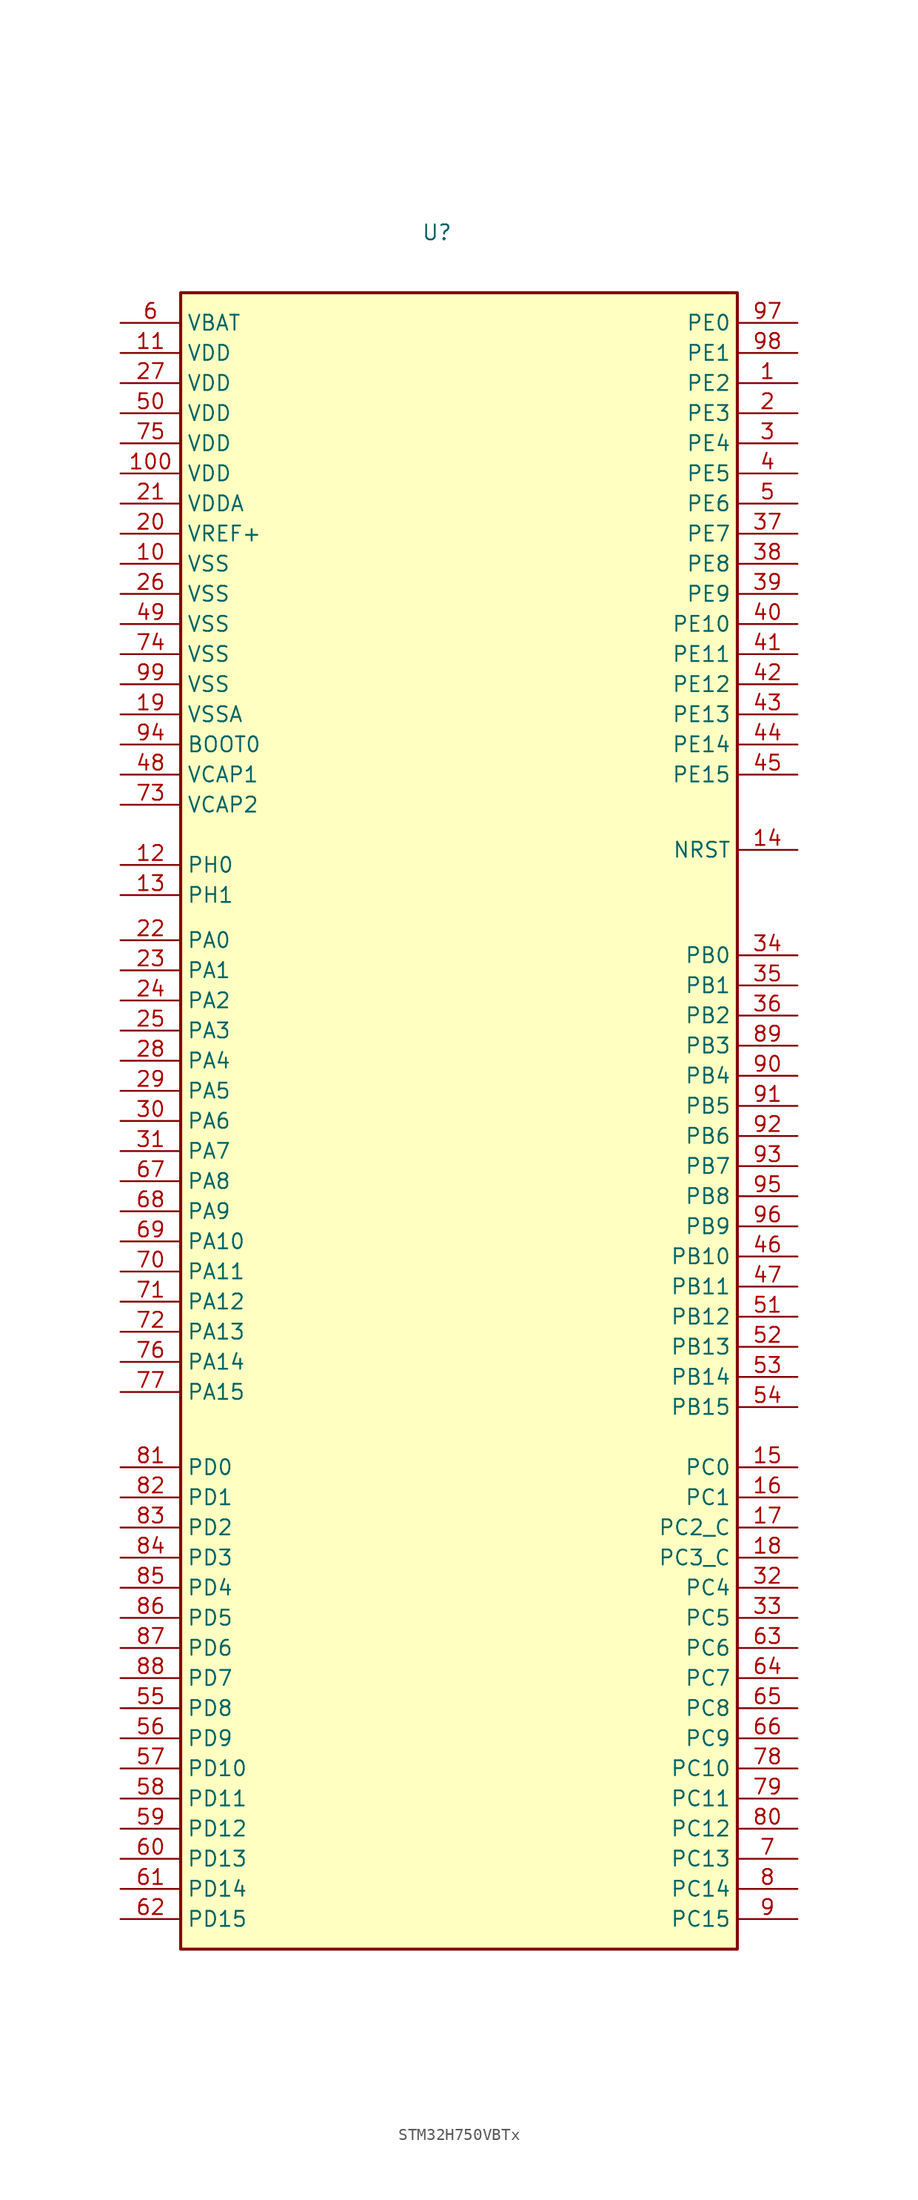
<source format=kicad_sym>
(kicad_symbol_lib
  (version 20220914)
  (generator kicad_symbol_editor)
  (symbol "STM32H750VBTx"
    (property "Reference" "U"
      (at -3.81 78.74 0)
      (effects (font (size 1.27 1.27)) (justify left)))
    (symbol "STM32H750VBTx_0_1"
      (rectangle (start -24.13 -66.04) (end 22.86 73.66) (stroke (width 0.254) (type default)) (fill (type background))))
    (symbol "STM32H750VBTx_1_1"
      (pin bidirectional line (at 27.94 66.04 180) (length 5.08) (name "PE2" (effects (font (size 1.27 1.27)))) (number "1" (effects (font (size 1.27 1.27)))))
      (pin power_in line (at -29.21 50.8 0) (length 5.08) (name "VSS" (effects (font (size 1.27 1.27)))) (number "10" (effects (font (size 1.27 1.27)))))
      (pin power_in line (at -29.21 58.42 0) (length 5.08) (name "VDD" (effects (font (size 1.27 1.27)))) (number "100" (effects (font (size 1.27 1.27)))))
      (pin power_in line (at -29.21 68.58 0) (length 5.08) (name "VDD" (effects (font (size 1.27 1.27)))) (number "11" (effects (font (size 1.27 1.27)))))
      (pin input line (at -29.21 25.4 0) (length 5.08) (name "PH0" (effects (font (size 1.27 1.27)))) (number "12" (effects (font (size 1.27 1.27)))))
      (pin input line (at -29.21 22.86 0) (length 5.08) (name "PH1" (effects (font (size 1.27 1.27)))) (number "13" (effects (font (size 1.27 1.27)))))
      (pin input line (at 27.94 26.67 180) (length 5.08) (name "NRST" (effects (font (size 1.27 1.27)))) (number "14" (effects (font (size 1.27 1.27)))))
      (pin bidirectional line (at 27.94 -25.4 180) (length 5.08) (name "PC0" (effects (font (size 1.27 1.27)))) (number "15" (effects (font (size 1.27 1.27)))))
      (pin bidirectional line (at 27.94 -27.94 180) (length 5.08) (name "PC1" (effects (font (size 1.27 1.27)))) (number "16" (effects (font (size 1.27 1.27)))))
      (pin bidirectional line (at 27.94 -30.48 180) (length 5.08) (name "PC2_C" (effects (font (size 1.27 1.27)))) (number "17" (effects (font (size 1.27 1.27)))))
      (pin bidirectional line (at 27.94 -33.02 180) (length 5.08) (name "PC3_C" (effects (font (size 1.27 1.27)))) (number "18" (effects (font (size 1.27 1.27)))))
      (pin power_in line (at -29.21 38.1 0) (length 5.08) (name "VSSA" (effects (font (size 1.27 1.27)))) (number "19" (effects (font (size 1.27 1.27)))))
      (pin bidirectional line (at 27.94 63.5 180) (length 5.08) (name "PE3" (effects (font (size 1.27 1.27)))) (number "2" (effects (font (size 1.27 1.27)))))
      (pin power_in line (at -29.21 53.34 0) (length 5.08) (name "VREF+" (effects (font (size 1.27 1.27)))) (number "20" (effects (font (size 1.27 1.27)))))
      (pin power_in line (at -29.21 55.88 0) (length 5.08) (name "VDDA" (effects (font (size 1.27 1.27)))) (number "21" (effects (font (size 1.27 1.27)))))
      (pin bidirectional line (at -29.21 19.05 0) (length 5.08) (name "PA0" (effects (font (size 1.27 1.27)))) (number "22" (effects (font (size 1.27 1.27)))))
      (pin bidirectional line (at -29.21 16.51 0) (length 5.08) (name "PA1" (effects (font (size 1.27 1.27)))) (number "23" (effects (font (size 1.27 1.27)))))
      (pin bidirectional line (at -29.21 13.97 0) (length 5.08) (name "PA2" (effects (font (size 1.27 1.27)))) (number "24" (effects (font (size 1.27 1.27)))))
      (pin bidirectional line (at -29.21 11.43 0) (length 5.08) (name "PA3" (effects (font (size 1.27 1.27)))) (number "25" (effects (font (size 1.27 1.27)))))
      (pin power_in line (at -29.21 48.26 0) (length 5.08) (name "VSS" (effects (font (size 1.27 1.27)))) (number "26" (effects (font (size 1.27 1.27)))))
      (pin power_in line (at -29.21 66.04 0) (length 5.08) (name "VDD" (effects (font (size 1.27 1.27)))) (number "27" (effects (font (size 1.27 1.27)))))
      (pin bidirectional line (at -29.21 8.89 0) (length 5.08) (name "PA4" (effects (font (size 1.27 1.27)))) (number "28" (effects (font (size 1.27 1.27)))))
      (pin bidirectional line (at -29.21 6.35 0) (length 5.08) (name "PA5" (effects (font (size 1.27 1.27)))) (number "29" (effects (font (size 1.27 1.27)))))
      (pin bidirectional line (at 27.94 60.96 180) (length 5.08) (name "PE4" (effects (font (size 1.27 1.27)))) (number "3" (effects (font (size 1.27 1.27)))))
      (pin bidirectional line (at -29.21 3.81 0) (length 5.08) (name "PA6" (effects (font (size 1.27 1.27)))) (number "30" (effects (font (size 1.27 1.27)))))
      (pin bidirectional line (at -29.21 1.27 0) (length 5.08) (name "PA7" (effects (font (size 1.27 1.27)))) (number "31" (effects (font (size 1.27 1.27)))))
      (pin bidirectional line (at 27.94 -35.56 180) (length 5.08) (name "PC4" (effects (font (size 1.27 1.27)))) (number "32" (effects (font (size 1.27 1.27)))))
      (pin bidirectional line (at 27.94 -38.1 180) (length 5.08) (name "PC5" (effects (font (size 1.27 1.27)))) (number "33" (effects (font (size 1.27 1.27)))))
      (pin bidirectional line (at 27.94 17.78 180) (length 5.08) (name "PB0" (effects (font (size 1.27 1.27)))) (number "34" (effects (font (size 1.27 1.27)))))
      (pin bidirectional line (at 27.94 15.24 180) (length 5.08) (name "PB1" (effects (font (size 1.27 1.27)))) (number "35" (effects (font (size 1.27 1.27)))))
      (pin bidirectional line (at 27.94 12.7 180) (length 5.08) (name "PB2" (effects (font (size 1.27 1.27)))) (number "36" (effects (font (size 1.27 1.27)))))
      (pin bidirectional line (at 27.94 53.34 180) (length 5.08) (name "PE7" (effects (font (size 1.27 1.27)))) (number "37" (effects (font (size 1.27 1.27)))))
      (pin bidirectional line (at 27.94 50.8 180) (length 5.08) (name "PE8" (effects (font (size 1.27 1.27)))) (number "38" (effects (font (size 1.27 1.27)))))
      (pin bidirectional line (at 27.94 48.26 180) (length 5.08) (name "PE9" (effects (font (size 1.27 1.27)))) (number "39" (effects (font (size 1.27 1.27)))))
      (pin bidirectional line (at 27.94 58.42 180) (length 5.08) (name "PE5" (effects (font (size 1.27 1.27)))) (number "4" (effects (font (size 1.27 1.27)))))
      (pin bidirectional line (at 27.94 45.72 180) (length 5.08) (name "PE10" (effects (font (size 1.27 1.27)))) (number "40" (effects (font (size 1.27 1.27)))))
      (pin bidirectional line (at 27.94 43.18 180) (length 5.08) (name "PE11" (effects (font (size 1.27 1.27)))) (number "41" (effects (font (size 1.27 1.27)))))
      (pin bidirectional line (at 27.94 40.64 180) (length 5.08) (name "PE12" (effects (font (size 1.27 1.27)))) (number "42" (effects (font (size 1.27 1.27)))))
      (pin bidirectional line (at 27.94 38.1 180) (length 5.08) (name "PE13" (effects (font (size 1.27 1.27)))) (number "43" (effects (font (size 1.27 1.27)))))
      (pin bidirectional line (at 27.94 35.56 180) (length 5.08) (name "PE14" (effects (font (size 1.27 1.27)))) (number "44" (effects (font (size 1.27 1.27)))))
      (pin bidirectional line (at 27.94 33.02 180) (length 5.08) (name "PE15" (effects (font (size 1.27 1.27)))) (number "45" (effects (font (size 1.27 1.27)))))
      (pin bidirectional line (at 27.94 -7.62 180) (length 5.08) (name "PB10" (effects (font (size 1.27 1.27)))) (number "46" (effects (font (size 1.27 1.27)))))
      (pin bidirectional line (at 27.94 -10.16 180) (length 5.08) (name "PB11" (effects (font (size 1.27 1.27)))) (number "47" (effects (font (size 1.27 1.27)))))
      (pin passive line (at -29.21 33.02 0) (length 5.08) (name "VCAP1" (effects (font (size 1.27 1.27)))) (number "48" (effects (font (size 1.27 1.27)))))
      (pin power_in line (at -29.21 45.72 0) (length 5.08) (name "VSS" (effects (font (size 1.27 1.27)))) (number "49" (effects (font (size 1.27 1.27)))))
      (pin bidirectional line (at 27.94 55.88 180) (length 5.08) (name "PE6" (effects (font (size 1.27 1.27)))) (number "5" (effects (font (size 1.27 1.27)))))
      (pin power_in line (at -29.21 63.5 0) (length 5.08) (name "VDD" (effects (font (size 1.27 1.27)))) (number "50" (effects (font (size 1.27 1.27)))))
      (pin bidirectional line (at 27.94 -12.7 180) (length 5.08) (name "PB12" (effects (font (size 1.27 1.27)))) (number "51" (effects (font (size 1.27 1.27)))))
      (pin bidirectional line (at 27.94 -15.24 180) (length 5.08) (name "PB13" (effects (font (size 1.27 1.27)))) (number "52" (effects (font (size 1.27 1.27)))))
      (pin bidirectional line (at 27.94 -17.78 180) (length 5.08) (name "PB14" (effects (font (size 1.27 1.27)))) (number "53" (effects (font (size 1.27 1.27)))))
      (pin bidirectional line (at 27.94 -20.32 180) (length 5.08) (name "PB15" (effects (font (size 1.27 1.27)))) (number "54" (effects (font (size 1.27 1.27)))))
      (pin bidirectional line (at -29.21 -45.72 0) (length 5.08) (name "PD8" (effects (font (size 1.27 1.27)))) (number "55" (effects (font (size 1.27 1.27)))))
      (pin bidirectional line (at -29.21 -48.26 0) (length 5.08) (name "PD9" (effects (font (size 1.27 1.27)))) (number "56" (effects (font (size 1.27 1.27)))))
      (pin bidirectional line (at -29.21 -50.8 0) (length 5.08) (name "PD10" (effects (font (size 1.27 1.27)))) (number "57" (effects (font (size 1.27 1.27)))))
      (pin bidirectional line (at -29.21 -53.34 0) (length 5.08) (name "PD11" (effects (font (size 1.27 1.27)))) (number "58" (effects (font (size 1.27 1.27)))))
      (pin bidirectional line (at -29.21 -55.88 0) (length 5.08) (name "PD12" (effects (font (size 1.27 1.27)))) (number "59" (effects (font (size 1.27 1.27)))))
      (pin power_in line (at -29.21 71.12 0) (length 5.08) (name "VBAT" (effects (font (size 1.27 1.27)))) (number "6" (effects (font (size 1.27 1.27)))))
      (pin bidirectional line (at -29.21 -58.42 0) (length 5.08) (name "PD13" (effects (font (size 1.27 1.27)))) (number "60" (effects (font (size 1.27 1.27)))))
      (pin bidirectional line (at -29.21 -60.96 0) (length 5.08) (name "PD14" (effects (font (size 1.27 1.27)))) (number "61" (effects (font (size 1.27 1.27)))))
      (pin bidirectional line (at -29.21 -63.5 0) (length 5.08) (name "PD15" (effects (font (size 1.27 1.27)))) (number "62" (effects (font (size 1.27 1.27)))))
      (pin bidirectional line (at 27.94 -40.64 180) (length 5.08) (name "PC6" (effects (font (size 1.27 1.27)))) (number "63" (effects (font (size 1.27 1.27)))))
      (pin bidirectional line (at 27.94 -43.18 180) (length 5.08) (name "PC7" (effects (font (size 1.27 1.27)))) (number "64" (effects (font (size 1.27 1.27)))))
      (pin bidirectional line (at 27.94 -45.72 180) (length 5.08) (name "PC8" (effects (font (size 1.27 1.27)))) (number "65" (effects (font (size 1.27 1.27)))))
      (pin bidirectional line (at 27.94 -48.26 180) (length 5.08) (name "PC9" (effects (font (size 1.27 1.27)))) (number "66" (effects (font (size 1.27 1.27)))))
      (pin bidirectional line (at -29.21 -1.27 0) (length 5.08) (name "PA8" (effects (font (size 1.27 1.27)))) (number "67" (effects (font (size 1.27 1.27)))))
      (pin bidirectional line (at -29.21 -3.81 0) (length 5.08) (name "PA9" (effects (font (size 1.27 1.27)))) (number "68" (effects (font (size 1.27 1.27)))))
      (pin bidirectional line (at -29.21 -6.35 0) (length 5.08) (name "PA10" (effects (font (size 1.27 1.27)))) (number "69" (effects (font (size 1.27 1.27)))))
      (pin bidirectional line (at 27.94 -58.42 180) (length 5.08) (name "PC13" (effects (font (size 1.27 1.27)))) (number "7" (effects (font (size 1.27 1.27)))))
      (pin bidirectional line (at -29.21 -8.89 0) (length 5.08) (name "PA11" (effects (font (size 1.27 1.27)))) (number "70" (effects (font (size 1.27 1.27)))))
      (pin bidirectional line (at -29.21 -11.43 0) (length 5.08) (name "PA12" (effects (font (size 1.27 1.27)))) (number "71" (effects (font (size 1.27 1.27)))))
      (pin bidirectional line (at -29.21 -13.97 0) (length 5.08) (name "PA13" (effects (font (size 1.27 1.27)))) (number "72" (effects (font (size 1.27 1.27)))))
      (pin passive line (at -29.21 30.48 0) (length 5.08) (name "VCAP2" (effects (font (size 1.27 1.27)))) (number "73" (effects (font (size 1.27 1.27)))))
      (pin power_in line (at -29.21 43.18 0) (length 5.08) (name "VSS" (effects (font (size 1.27 1.27)))) (number "74" (effects (font (size 1.27 1.27)))))
      (pin power_in line (at -29.21 60.96 0) (length 5.08) (name "VDD" (effects (font (size 1.27 1.27)))) (number "75" (effects (font (size 1.27 1.27)))))
      (pin bidirectional line (at -29.21 -16.51 0) (length 5.08) (name "PA14" (effects (font (size 1.27 1.27)))) (number "76" (effects (font (size 1.27 1.27)))))
      (pin bidirectional line (at -29.21 -19.05 0) (length 5.08) (name "PA15" (effects (font (size 1.27 1.27)))) (number "77" (effects (font (size 1.27 1.27)))))
      (pin bidirectional line (at 27.94 -50.8 180) (length 5.08) (name "PC10" (effects (font (size 1.27 1.27)))) (number "78" (effects (font (size 1.27 1.27)))))
      (pin bidirectional line (at 27.94 -53.34 180) (length 5.08) (name "PC11" (effects (font (size 1.27 1.27)))) (number "79" (effects (font (size 1.27 1.27)))))
      (pin bidirectional line (at 27.94 -60.96 180) (length 5.08) (name "PC14" (effects (font (size 1.27 1.27)))) (number "8" (effects (font (size 1.27 1.27)))))
      (pin bidirectional line (at 27.94 -55.88 180) (length 5.08) (name "PC12" (effects (font (size 1.27 1.27)))) (number "80" (effects (font (size 1.27 1.27)))))
      (pin bidirectional line (at -29.21 -25.4 0) (length 5.08) (name "PD0" (effects (font (size 1.27 1.27)))) (number "81" (effects (font (size 1.27 1.27)))))
      (pin bidirectional line (at -29.21 -27.94 0) (length 5.08) (name "PD1" (effects (font (size 1.27 1.27)))) (number "82" (effects (font (size 1.27 1.27)))))
      (pin bidirectional line (at -29.21 -30.48 0) (length 5.08) (name "PD2" (effects (font (size 1.27 1.27)))) (number "83" (effects (font (size 1.27 1.27)))))
      (pin bidirectional line (at -29.21 -33.02 0) (length 5.08) (name "PD3" (effects (font (size 1.27 1.27)))) (number "84" (effects (font (size 1.27 1.27)))))
      (pin bidirectional line (at -29.21 -35.56 0) (length 5.08) (name "PD4" (effects (font (size 1.27 1.27)))) (number "85" (effects (font (size 1.27 1.27)))))
      (pin bidirectional line (at -29.21 -38.1 0) (length 5.08) (name "PD5" (effects (font (size 1.27 1.27)))) (number "86" (effects (font (size 1.27 1.27)))))
      (pin bidirectional line (at -29.21 -40.64 0) (length 5.08) (name "PD6" (effects (font (size 1.27 1.27)))) (number "87" (effects (font (size 1.27 1.27)))))
      (pin bidirectional line (at -29.21 -43.18 0) (length 5.08) (name "PD7" (effects (font (size 1.27 1.27)))) (number "88" (effects (font (size 1.27 1.27)))))
      (pin bidirectional line (at 27.94 10.16 180) (length 5.08) (name "PB3" (effects (font (size 1.27 1.27)))) (number "89" (effects (font (size 1.27 1.27)))))
      (pin bidirectional line (at 27.94 -63.5 180) (length 5.08) (name "PC15" (effects (font (size 1.27 1.27)))) (number "9" (effects (font (size 1.27 1.27)))))
      (pin bidirectional line (at 27.94 7.62 180) (length 5.08) (name "PB4" (effects (font (size 1.27 1.27)))) (number "90" (effects (font (size 1.27 1.27)))))
      (pin bidirectional line (at 27.94 5.08 180) (length 5.08) (name "PB5" (effects (font (size 1.27 1.27)))) (number "91" (effects (font (size 1.27 1.27)))))
      (pin bidirectional line (at 27.94 2.54 180) (length 5.08) (name "PB6" (effects (font (size 1.27 1.27)))) (number "92" (effects (font (size 1.27 1.27)))))
      (pin bidirectional line (at 27.94 0 180) (length 5.08) (name "PB7" (effects (font (size 1.27 1.27)))) (number "93" (effects (font (size 1.27 1.27)))))
      (pin input line (at -29.21 35.56 0) (length 5.08) (name "BOOT0" (effects (font (size 1.27 1.27)))) (number "94" (effects (font (size 1.27 1.27)))))
      (pin bidirectional line (at 27.94 -2.54 180) (length 5.08) (name "PB8" (effects (font (size 1.27 1.27)))) (number "95" (effects (font (size 1.27 1.27)))))
      (pin bidirectional line (at 27.94 -5.08 180) (length 5.08) (name "PB9" (effects (font (size 1.27 1.27)))) (number "96" (effects (font (size 1.27 1.27)))))
      (pin bidirectional line (at 27.94 71.12 180) (length 5.08) (name "PE0" (effects (font (size 1.27 1.27)))) (number "97" (effects (font (size 1.27 1.27)))))
      (pin bidirectional line (at 27.94 68.58 180) (length 5.08) (name "PE1" (effects (font (size 1.27 1.27)))) (number "98" (effects (font (size 1.27 1.27)))))
      (pin power_in line (at -29.21 40.64 0) (length 5.08) (name "VSS" (effects (font (size 1.27 1.27)))) (number "99" (effects (font (size 1.27 1.27))))))))
</source>
